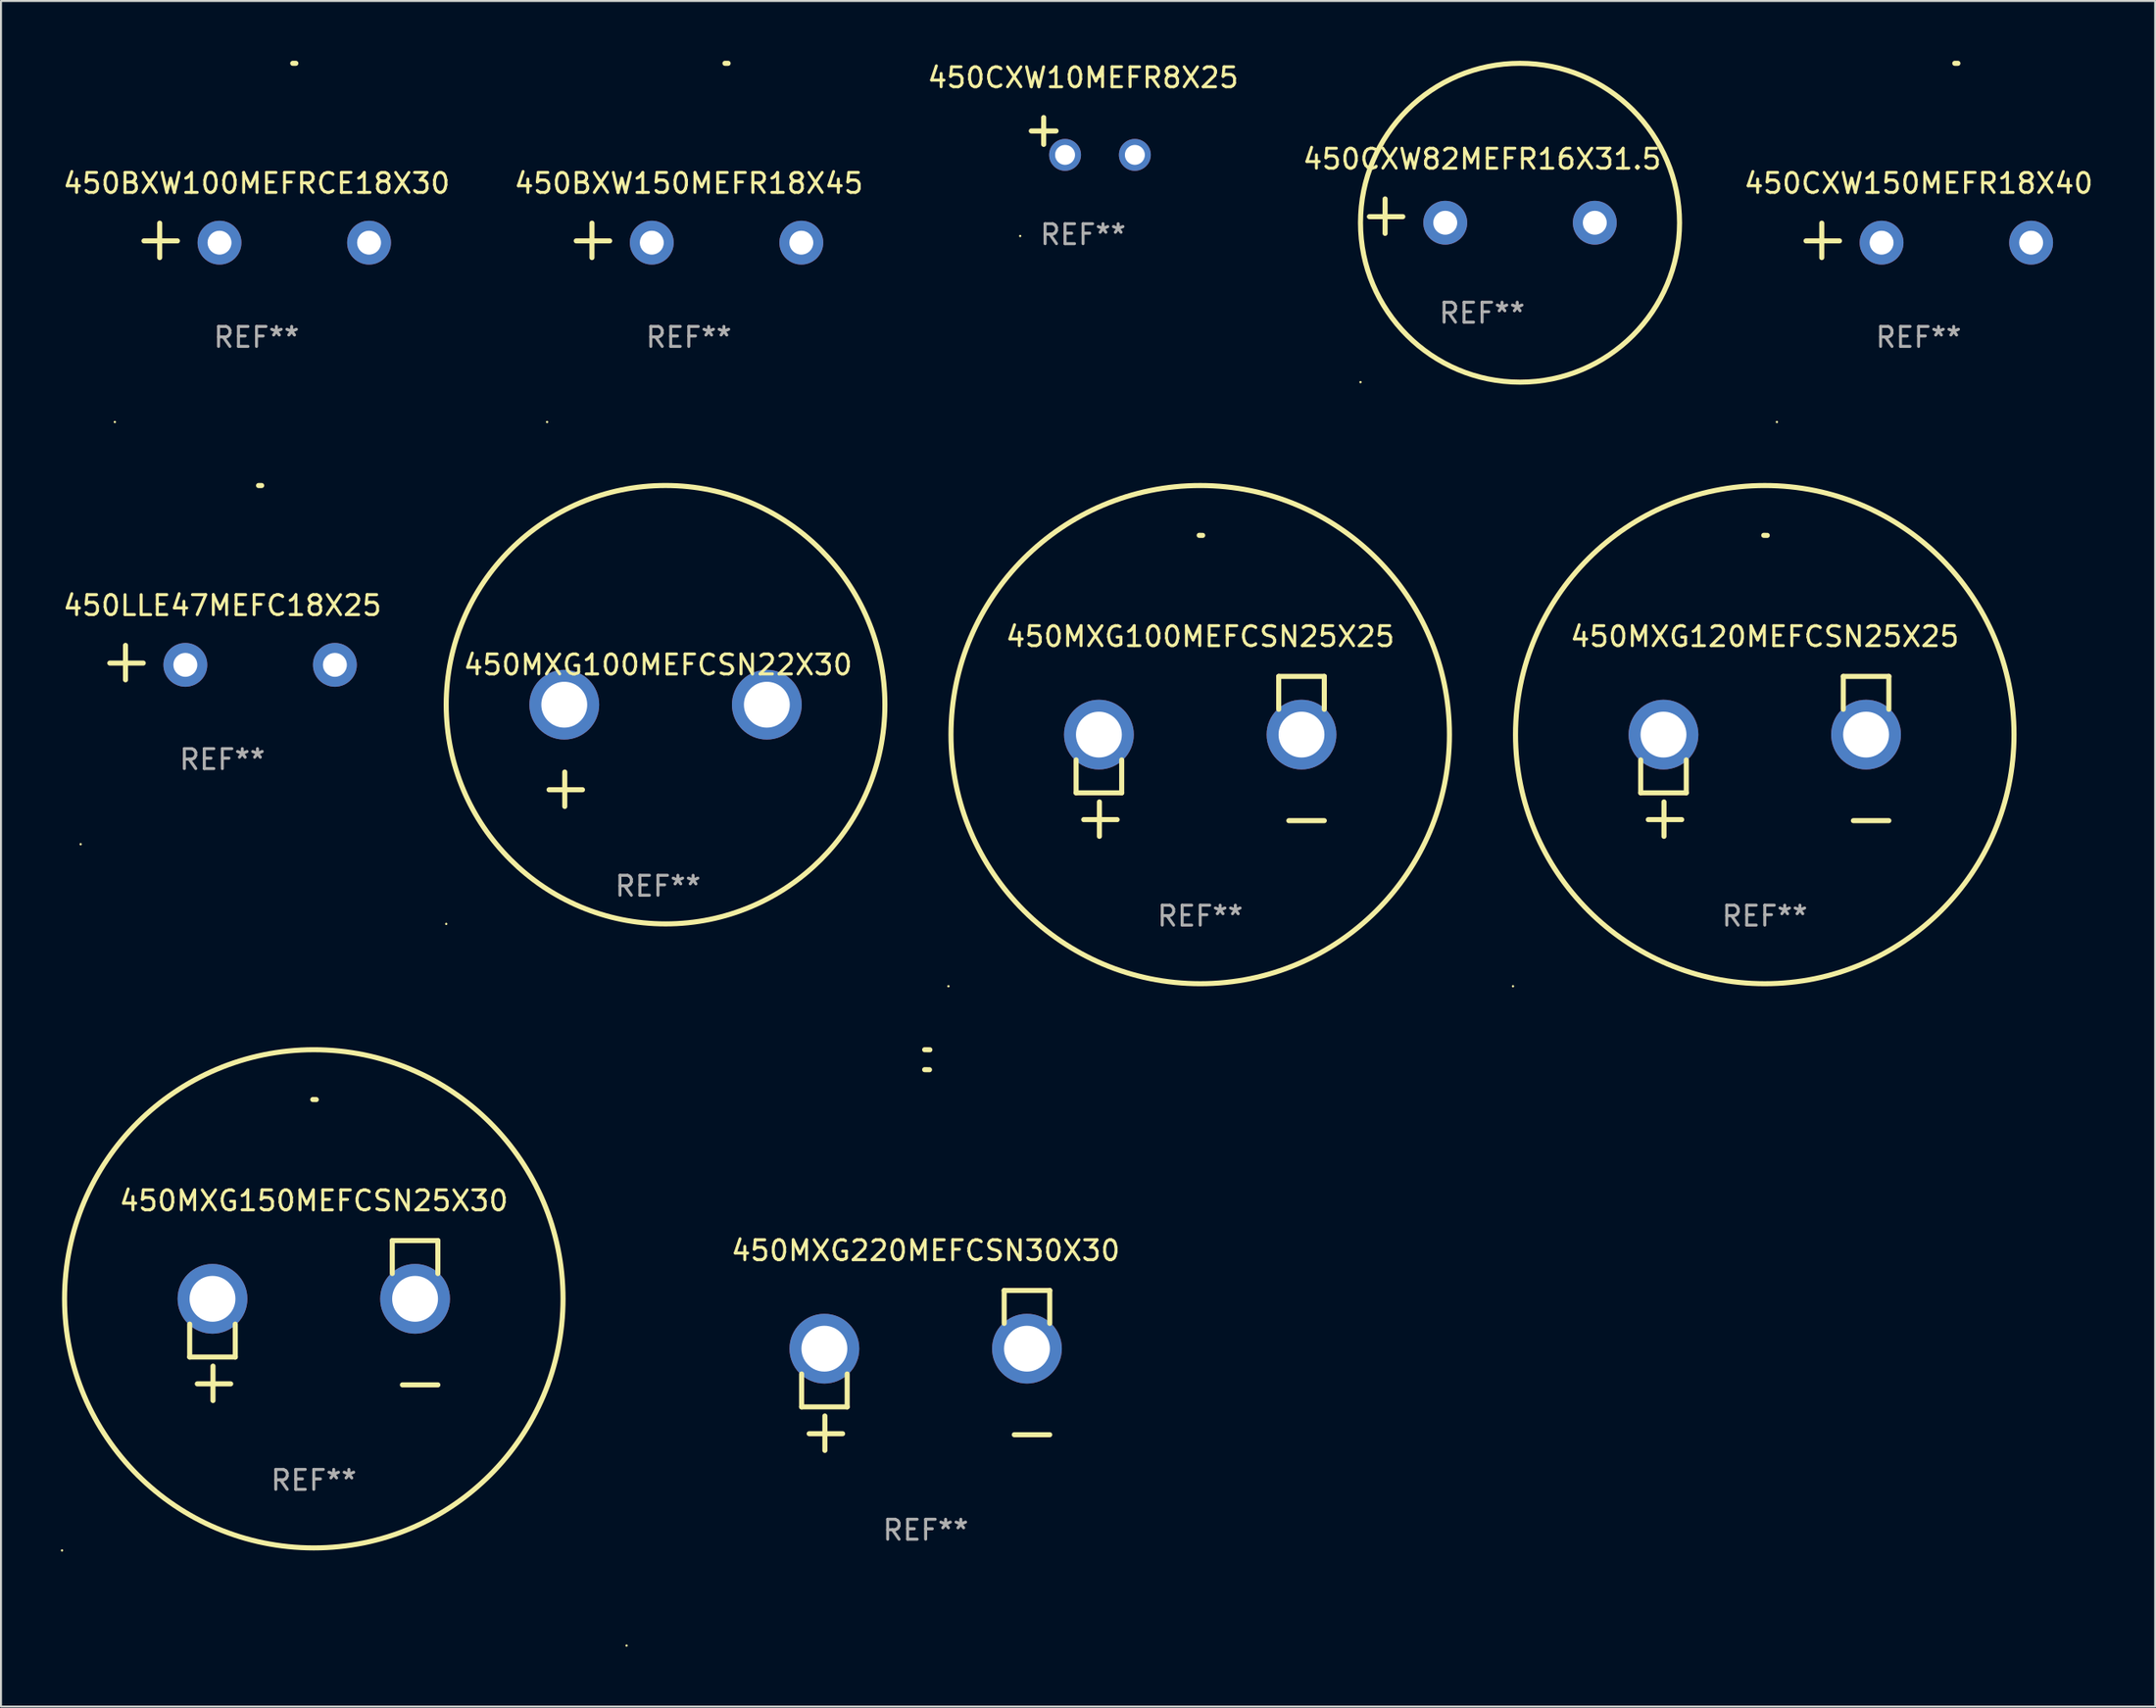
<source format=kicad_pcb>
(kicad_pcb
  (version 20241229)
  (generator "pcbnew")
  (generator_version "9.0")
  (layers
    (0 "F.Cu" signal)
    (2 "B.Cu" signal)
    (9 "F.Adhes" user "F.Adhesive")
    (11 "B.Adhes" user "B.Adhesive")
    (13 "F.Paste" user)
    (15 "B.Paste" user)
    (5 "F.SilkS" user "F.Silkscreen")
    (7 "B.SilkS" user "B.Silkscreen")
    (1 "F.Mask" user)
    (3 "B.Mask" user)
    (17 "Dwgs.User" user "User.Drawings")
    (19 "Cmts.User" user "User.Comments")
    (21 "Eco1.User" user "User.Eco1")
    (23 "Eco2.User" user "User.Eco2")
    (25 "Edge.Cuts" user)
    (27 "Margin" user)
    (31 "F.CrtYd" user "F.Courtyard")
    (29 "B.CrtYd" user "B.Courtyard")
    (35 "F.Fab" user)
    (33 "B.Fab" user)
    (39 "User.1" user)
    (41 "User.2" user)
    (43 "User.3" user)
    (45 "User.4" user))
  (footprint "450MXG100MEFCSN25X25"
    (layer "F.Cu")
    (at 57.143 34.906)
    (property "Reference" "450MXG100MEFCSN25X25" (at 0 -6.013 0) (layer "F.SilkS") (effects (font (size 1 1) (thickness 0.15))))
    (attr through_hole)
    (fp_line (start -6.223 0.178) (end -6.223 1.829) (stroke (width 0.254) (type solid)) (layer "F.SilkS"))
    (fp_line (start -6.223 1.829) (end -3.937 1.829) (stroke (width 0.254) (type solid)) (layer "F.SilkS"))
    (fp_line (start -5.055 4.013) (end -5.055 2.286) (stroke (width 0.254) (type solid)) (layer "F.SilkS"))
    (fp_line (start -4.166 3.175) (end -5.842 3.175) (stroke (width 0.254) (type solid)) (layer "F.SilkS"))
    (fp_line (start -3.937 1.829) (end -3.937 0.178) (stroke (width 0.254) (type solid)) (layer "F.SilkS"))
    (fp_line (start 3.937 -4.013) (end 3.937 -2.362) (stroke (width 0.254) (type solid)) (layer "F.SilkS"))
    (fp_line (start 6.223 -4.013) (end 3.937 -4.013) (stroke (width 0.254) (type solid)) (layer "F.SilkS"))
    (fp_line (start 6.223 -2.362) (end 6.223 -4.013) (stroke (width 0.254) (type solid)) (layer "F.SilkS"))
    (fp_line (start 6.223 3.226) (end 4.445 3.226) (stroke (width 0.254) (type solid)) (layer "F.SilkS"))
    (fp_arc (start -0.0508 -11.092202) (mid 0.036835 -11.091307) (end 0.12446 -11.089662) (stroke (width 0.254001) (type solid)) (layer "F.SilkS"))
    (fp_circle (center -12.627 11.535) (end -12.597 11.535) (stroke (width 0.06) (type solid)) (fill no) (layer "F.SilkS"))
    (fp_circle (center 0 -1.092) (end 12.5 -1.092) (stroke (width 0.254) (type solid)) (fill no) (layer "F.SilkS"))
    (fp_text user "REF**" (at 0 8.013 0) (layer "F.Fab") (effects (font (size 1 1) (thickness 0.15))))
    (pad "1" thru_hole circle (at -5.08 -1.092) (size 3.5 3.5) (drill 2.3) (layers "*.Cu" "*.Mask"))
    (pad "2" thru_hole circle (at 5.08 -1.092) (size 3.5 3.5) (drill 2.3) (layers "*.Cu" "*.Mask")))
  (footprint "450CXW150MEFR18X40"
    (layer "F.Cu")
    (at 93.171 9.013)
    (property "Reference" "450CXW150MEFR18X40" (at 0 -2.864 0) (layer "F.SilkS") (effects (font (size 1 1) (thickness 0.15))))
    (attr through_hole)
    (fp_line (start -4.856 0.864) (end -4.856 -0.864) (stroke (width 0.254) (type solid)) (layer "F.SilkS"))
    (fp_line (start -3.967 0.025) (end -5.644 0.025) (stroke (width 0.254) (type solid)) (layer "F.SilkS"))
    (fp_arc (start 1.815024 -8.885649) (mid 1.893764 -8.88599) (end 1.972504 -8.885649) (stroke (width 0.254001) (type solid)) (layer "F.SilkS"))
    (fp_circle (center -7.106 9.114) (end -7.076 9.114) (stroke (width 0.06) (type solid)) (fill no) (layer "F.SilkS"))
    (fp_text user "REF**" (at 0 4.864 0) (layer "F.Fab") (effects (font (size 1 1) (thickness 0.15))))
    (pad "1" thru_hole circle (at -1.856 0.114) (size 2.2 2.2) (drill 1.2) (layers "*.Cu" "*.Mask"))
    (pad "2" thru_hole circle (at 5.644 0.114) (size 2.2 2.2) (drill 1.2) (layers "*.Cu" "*.Mask")))
  (footprint "450LLE47MEFC18X25"
    (layer "F.Cu")
    (at 8.101 30.2)
    (property "Reference" "450LLE47MEFC18X25" (at 0 -2.864 0) (layer "F.SilkS") (effects (font (size 1 1) (thickness 0.15))))
    (attr through_hole)
    (fp_line (start -4.856 0.864) (end -4.856 -0.864) (stroke (width 0.254) (type solid)) (layer "F.SilkS"))
    (fp_line (start -3.967 0.025) (end -5.644 0.025) (stroke (width 0.254) (type solid)) (layer "F.SilkS"))
    (fp_arc (start 1.815024 -8.885649) (mid 1.893764 -8.88599) (end 1.972504 -8.885649) (stroke (width 0.254001) (type solid)) (layer "F.SilkS"))
    (fp_circle (center -7.106 9.114) (end -7.076 9.114) (stroke (width 0.06) (type solid)) (fill no) (layer "F.SilkS"))
    (fp_text user "REF**" (at 0 4.864 0) (layer "F.Fab") (effects (font (size 1 1) (thickness 0.15))))
    (pad "1" thru_hole circle (at -1.856 0.114) (size 2.2 2.2) (drill 1.2) (layers "*.Cu" "*.Mask"))
    (pad "2" thru_hole circle (at 5.644 0.114) (size 2.2 2.2) (drill 1.2) (layers "*.Cu" "*.Mask")))
  (footprint "450MXG150MEFCSN25X30"
    (layer "F.Cu")
    (at 12.687 63.219)
    (property "Reference" "450MXG150MEFCSN25X30" (at 0 -6.013 0) (layer "F.SilkS") (effects (font (size 1 1) (thickness 0.15))))
    (attr through_hole)
    (fp_line (start -6.223 0.178) (end -6.223 1.829) (stroke (width 0.254) (type solid)) (layer "F.SilkS"))
    (fp_line (start -6.223 1.829) (end -3.937 1.829) (stroke (width 0.254) (type solid)) (layer "F.SilkS"))
    (fp_line (start -5.055 4.013) (end -5.055 2.286) (stroke (width 0.254) (type solid)) (layer "F.SilkS"))
    (fp_line (start -4.166 3.175) (end -5.842 3.175) (stroke (width 0.254) (type solid)) (layer "F.SilkS"))
    (fp_line (start -3.937 1.829) (end -3.937 0.178) (stroke (width 0.254) (type solid)) (layer "F.SilkS"))
    (fp_line (start 3.937 -4.013) (end 3.937 -2.362) (stroke (width 0.254) (type solid)) (layer "F.SilkS"))
    (fp_line (start 6.223 -4.013) (end 3.937 -4.013) (stroke (width 0.254) (type solid)) (layer "F.SilkS"))
    (fp_line (start 6.223 -2.362) (end 6.223 -4.013) (stroke (width 0.254) (type solid)) (layer "F.SilkS"))
    (fp_line (start 6.223 3.226) (end 4.445 3.226) (stroke (width 0.254) (type solid)) (layer "F.SilkS"))
    (fp_arc (start -0.0508 -11.092202) (mid 0.036835 -11.091307) (end 0.12446 -11.089662) (stroke (width 0.254001) (type solid)) (layer "F.SilkS"))
    (fp_circle (center -12.627 11.535) (end -12.597 11.535) (stroke (width 0.06) (type solid)) (fill no) (layer "F.SilkS"))
    (fp_circle (center 0 -1.092) (end 12.5 -1.092) (stroke (width 0.254) (type solid)) (fill no) (layer "F.SilkS"))
    (fp_text user "REF**" (at 0 8.013 0) (layer "F.Fab") (effects (font (size 1 1) (thickness 0.15))))
    (pad "1" thru_hole circle (at -5.08 -1.092) (size 3.5 3.5) (drill 2.3) (layers "*.Cu" "*.Mask"))
    (pad "2" thru_hole circle (at 5.08 -1.092) (size 3.5 3.5) (drill 2.3) (layers "*.Cu" "*.Mask")))
  (footprint "450BXW150MEFR18X45"
    (layer "F.Cu")
    (at 31.494 9.013)
    (property "Reference" "450BXW150MEFR18X45" (at 0 -2.864 0) (layer "F.SilkS") (effects (font (size 1 1) (thickness 0.15))))
    (attr through_hole)
    (fp_line (start -4.856 0.864) (end -4.856 -0.864) (stroke (width 0.254) (type solid)) (layer "F.SilkS"))
    (fp_line (start -3.967 0.025) (end -5.644 0.025) (stroke (width 0.254) (type solid)) (layer "F.SilkS"))
    (fp_arc (start 1.815024 -8.885649) (mid 1.893764 -8.88599) (end 1.972504 -8.885649) (stroke (width 0.254001) (type solid)) (layer "F.SilkS"))
    (fp_circle (center -7.106 9.114) (end -7.076 9.114) (stroke (width 0.06) (type solid)) (fill no) (layer "F.SilkS"))
    (fp_text user "REF**" (at 0 4.864 0) (layer "F.Fab") (effects (font (size 1 1) (thickness 0.15))))
    (pad "1" thru_hole circle (at -1.856 0.114) (size 2.2 2.2) (drill 1.2) (layers "*.Cu" "*.Mask"))
    (pad "2" thru_hole circle (at 5.644 0.114) (size 2.2 2.2) (drill 1.2) (layers "*.Cu" "*.Mask")))
  (footprint "450MXG120MEFCSN25X25"
    (layer "F.Cu")
    (at 85.457 34.906)
    (property "Reference" "450MXG120MEFCSN25X25" (at 0 -6.013 0) (layer "F.SilkS") (effects (font (size 1 1) (thickness 0.15))))
    (attr through_hole)
    (fp_line (start -6.223 0.178) (end -6.223 1.829) (stroke (width 0.254) (type solid)) (layer "F.SilkS"))
    (fp_line (start -6.223 1.829) (end -3.937 1.829) (stroke (width 0.254) (type solid)) (layer "F.SilkS"))
    (fp_line (start -5.055 4.013) (end -5.055 2.286) (stroke (width 0.254) (type solid)) (layer "F.SilkS"))
    (fp_line (start -4.166 3.175) (end -5.842 3.175) (stroke (width 0.254) (type solid)) (layer "F.SilkS"))
    (fp_line (start -3.937 1.829) (end -3.937 0.178) (stroke (width 0.254) (type solid)) (layer "F.SilkS"))
    (fp_line (start 3.937 -4.013) (end 3.937 -2.362) (stroke (width 0.254) (type solid)) (layer "F.SilkS"))
    (fp_line (start 6.223 -4.013) (end 3.937 -4.013) (stroke (width 0.254) (type solid)) (layer "F.SilkS"))
    (fp_line (start 6.223 -2.362) (end 6.223 -4.013) (stroke (width 0.254) (type solid)) (layer "F.SilkS"))
    (fp_line (start 6.223 3.226) (end 4.445 3.226) (stroke (width 0.254) (type solid)) (layer "F.SilkS"))
    (fp_arc (start -0.0508 -11.092202) (mid 0.036835 -11.091307) (end 0.12446 -11.089662) (stroke (width 0.254001) (type solid)) (layer "F.SilkS"))
    (fp_circle (center -12.627 11.535) (end -12.597 11.535) (stroke (width 0.06) (type solid)) (fill no) (layer "F.SilkS"))
    (fp_circle (center 0 -1.092) (end 12.5 -1.092) (stroke (width 0.254) (type solid)) (fill no) (layer "F.SilkS"))
    (fp_text user "REF**" (at 0 8.013 0) (layer "F.Fab") (effects (font (size 1 1) (thickness 0.15))))
    (pad "1" thru_hole circle (at -5.08 -1.092) (size 3.5 3.5) (drill 2.3) (layers "*.Cu" "*.Mask"))
    (pad "2" thru_hole circle (at 5.08 -1.092) (size 3.5 3.5) (drill 2.3) (layers "*.Cu" "*.Mask")))
  (footprint "450MXG220MEFCSN30X30"
    (layer "F.Cu")
    (at 43.374 65.721)
    (property "Reference" "450MXG220MEFCSN30X30" (at 0 -6.013 0) (layer "F.SilkS") (effects (font (size 1 1) (thickness 0.15))))
    (attr through_hole)
    (fp_line (start -6.223 0.178) (end -6.223 1.829) (stroke (width 0.254) (type solid)) (layer "F.SilkS"))
    (fp_line (start -6.223 1.829) (end -3.937 1.829) (stroke (width 0.254) (type solid)) (layer "F.SilkS"))
    (fp_line (start -5.055 4.013) (end -5.055 2.286) (stroke (width 0.254) (type solid)) (layer "F.SilkS"))
    (fp_line (start -4.166 3.175) (end -5.842 3.175) (stroke (width 0.254) (type solid)) (layer "F.SilkS"))
    (fp_line (start -3.937 1.829) (end -3.937 0.178) (stroke (width 0.254) (type solid)) (layer "F.SilkS"))
    (fp_line (start 3.937 -4.013) (end 3.937 -2.362) (stroke (width 0.254) (type solid)) (layer "F.SilkS"))
    (fp_line (start 6.223 -4.013) (end 3.937 -4.013) (stroke (width 0.254) (type solid)) (layer "F.SilkS"))
    (fp_line (start 6.223 -2.362) (end 6.223 -4.013) (stroke (width 0.254) (type solid)) (layer "F.SilkS"))
    (fp_line (start 6.223 3.226) (end 4.445 3.226) (stroke (width 0.254) (type solid)) (layer "F.SilkS"))
    (fp_arc (start -0.0508 -16.093472) (mid 0.080016 -16.092762) (end 0.210821 -16.090932) (stroke (width 0.254001) (type solid)) (layer "F.SilkS"))
    (fp_arc (start -0.0508 -15.09271) (mid 0.071125 -15.091961) (end 0.19304 -15.09017) (stroke (width 0.254001) (type solid)) (layer "F.SilkS"))
    (fp_circle (center -15 13.808) (end -14.97 13.808) (stroke (width 0.06) (type solid)) (fill no) (layer "F.SilkS"))
    (fp_text user "REF**" (at 0 8.013 0) (layer "F.Fab") (effects (font (size 1 1) (thickness 0.15))))
    (pad "1" thru_hole circle (at -5.08 -1.092) (size 3.5 3.5) (drill 2.3) (layers "*.Cu" "*.Mask"))
    (pad "2" thru_hole circle (at 5.08 -1.092) (size 3.5 3.5) (drill 2.3) (layers "*.Cu" "*.Mask")))
  (footprint "450MXG100MEFCSN22X30"
    (layer "F.Cu")
    (at 29.948 34.866)
    (property "Reference" "450MXG100MEFCSN22X30" (at 0 -4.553 0) (layer "F.SilkS") (effects (font (size 1 1) (thickness 0.15))))
    (attr through_hole)
    (fp_line (start -4.674 2.553) (end -4.674 0.826) (stroke (width 0.254) (type solid)) (layer "F.SilkS"))
    (fp_line (start -3.785 1.715) (end -5.461 1.715) (stroke (width 0.254) (type solid)) (layer "F.SilkS"))
    (fp_circle (center -10.619 8.447) (end -10.589 8.447) (stroke (width 0.06) (type solid)) (fill no) (layer "F.SilkS"))
    (fp_circle (center 0.381 -2.553) (end 11.381 -2.553) (stroke (width 0.254) (type solid)) (fill no) (layer "F.SilkS"))
    (fp_text user "REF**" (at 0 6.553 0) (layer "F.Fab") (effects (font (size 1 1) (thickness 0.15))))
    (pad "1" thru_hole circle (at -4.699 -2.553) (size 3.5 3.5) (drill 2.3) (layers "*.Cu" "*.Mask"))
    (pad "2" thru_hole circle (at 5.461 -2.553) (size 3.5 3.5) (drill 2.3) (layers "*.Cu" "*.Mask")))
  (footprint "450CXW82MEFR16X31.5"
    (layer "F.Cu")
    (at 71.28 7.797)
    (property "Reference" "450CXW82MEFR16X31.5" (at 0 -2.864 0) (layer "F.SilkS") (effects (font (size 1 1) (thickness 0.15))))
    (attr through_hole)
    (fp_line (start -4.864 0.864) (end -4.864 -0.864) (stroke (width 0.254) (type solid)) (layer "F.SilkS"))
    (fp_line (start -3.975 0.025) (end -5.652 0.025) (stroke (width 0.254) (type solid)) (layer "F.SilkS"))
    (fp_circle (center -6.098 8.33) (end -6.068 8.33) (stroke (width 0.06) (type solid)) (fill no) (layer "F.SilkS"))
    (fp_circle (center 1.902 0.33) (end 9.902 0.33) (stroke (width 0.254) (type solid)) (fill no) (layer "F.SilkS"))
    (fp_text user "REF**" (at 0 4.864 0) (layer "F.Fab") (effects (font (size 1 1) (thickness 0.15))))
    (pad "1" thru_hole circle (at -1.848 0.33) (size 2.2 2.2) (drill 1.2) (layers "*.Cu" "*.Mask"))
    (pad "2" thru_hole circle (at 5.652 0.33) (size 2.2 2.2) (drill 1.2) (layers "*.Cu" "*.Mask")))
  (footprint "450BXW100MEFRCE18X30"
    (layer "F.Cu")
    (at 9.815 9.013)
    (property "Reference" "450BXW100MEFRCE18X30" (at 0 -2.864 0) (layer "F.SilkS") (effects (font (size 1 1) (thickness 0.15))))
    (attr through_hole)
    (fp_line (start -4.856 0.864) (end -4.856 -0.864) (stroke (width 0.254) (type solid)) (layer "F.SilkS"))
    (fp_line (start -3.967 0.025) (end -5.644 0.025) (stroke (width 0.254) (type solid)) (layer "F.SilkS"))
    (fp_arc (start 1.815024 -8.885649) (mid 1.893764 -8.88599) (end 1.972504 -8.885649) (stroke (width 0.254001) (type solid)) (layer "F.SilkS"))
    (fp_circle (center -7.106 9.114) (end -7.076 9.114) (stroke (width 0.06) (type solid)) (fill no) (layer "F.SilkS"))
    (fp_text user "REF**" (at 0 4.864 0) (layer "F.Fab") (effects (font (size 1 1) (thickness 0.15))))
    (pad "1" thru_hole circle (at -1.856 0.114) (size 2.2 2.2) (drill 1.2) (layers "*.Cu" "*.Mask"))
    (pad "2" thru_hole circle (at 5.644 0.114) (size 2.2 2.2) (drill 1.2) (layers "*.Cu" "*.Mask")))
  (footprint "450CXW10MEFR8X25"
    (layer "F.Cu")
    (at 51.268 3.785)
    (property "Reference" "450CXW10MEFR8X25" (at 0 -2.937 0) (layer "F.SilkS") (effects (font (size 1 1) (thickness 0.15))))
    (attr through_hole)
    (fp_line (start -1.975 0.41) (end -1.975 -0.937) (stroke (width 0.254) (type solid)) (layer "F.SilkS"))
    (fp_line (start -1.353 -0.263) (end -2.597 -0.263) (stroke (width 0.254) (type solid)) (layer "F.SilkS"))
    (fp_arc (start 0.849809 -3.063957) (mid 0.885369 -3.064114) (end 0.920929 -3.063957) (stroke (width 0.254001) (type solid)) (layer "F.SilkS"))
    (fp_circle (center -3.154 5.008) (end -3.124 5.008) (stroke (width 0.06) (type solid)) (fill no) (layer "F.SilkS"))
    (fp_text user "REF**" (at 0 4.937 0) (layer "F.Fab") (effects (font (size 1 1) (thickness 0.15))))
    (pad "1" thru_hole circle (at -0.903 0.937) (size 1.6 1.6) (drill 1) (layers "*.Cu" "*.Mask"))
    (pad "2" thru_hole circle (at 2.597 0.937) (size 1.6 1.6) (drill 1) (layers "*.Cu" "*.Mask")))
  (gr_rect
    (start -3 -3)
    (end 105.035 82.589)
    (stroke (width 0.1) (type default))
    (fill no)
    (layer "Edge.Cuts")))
</source>
